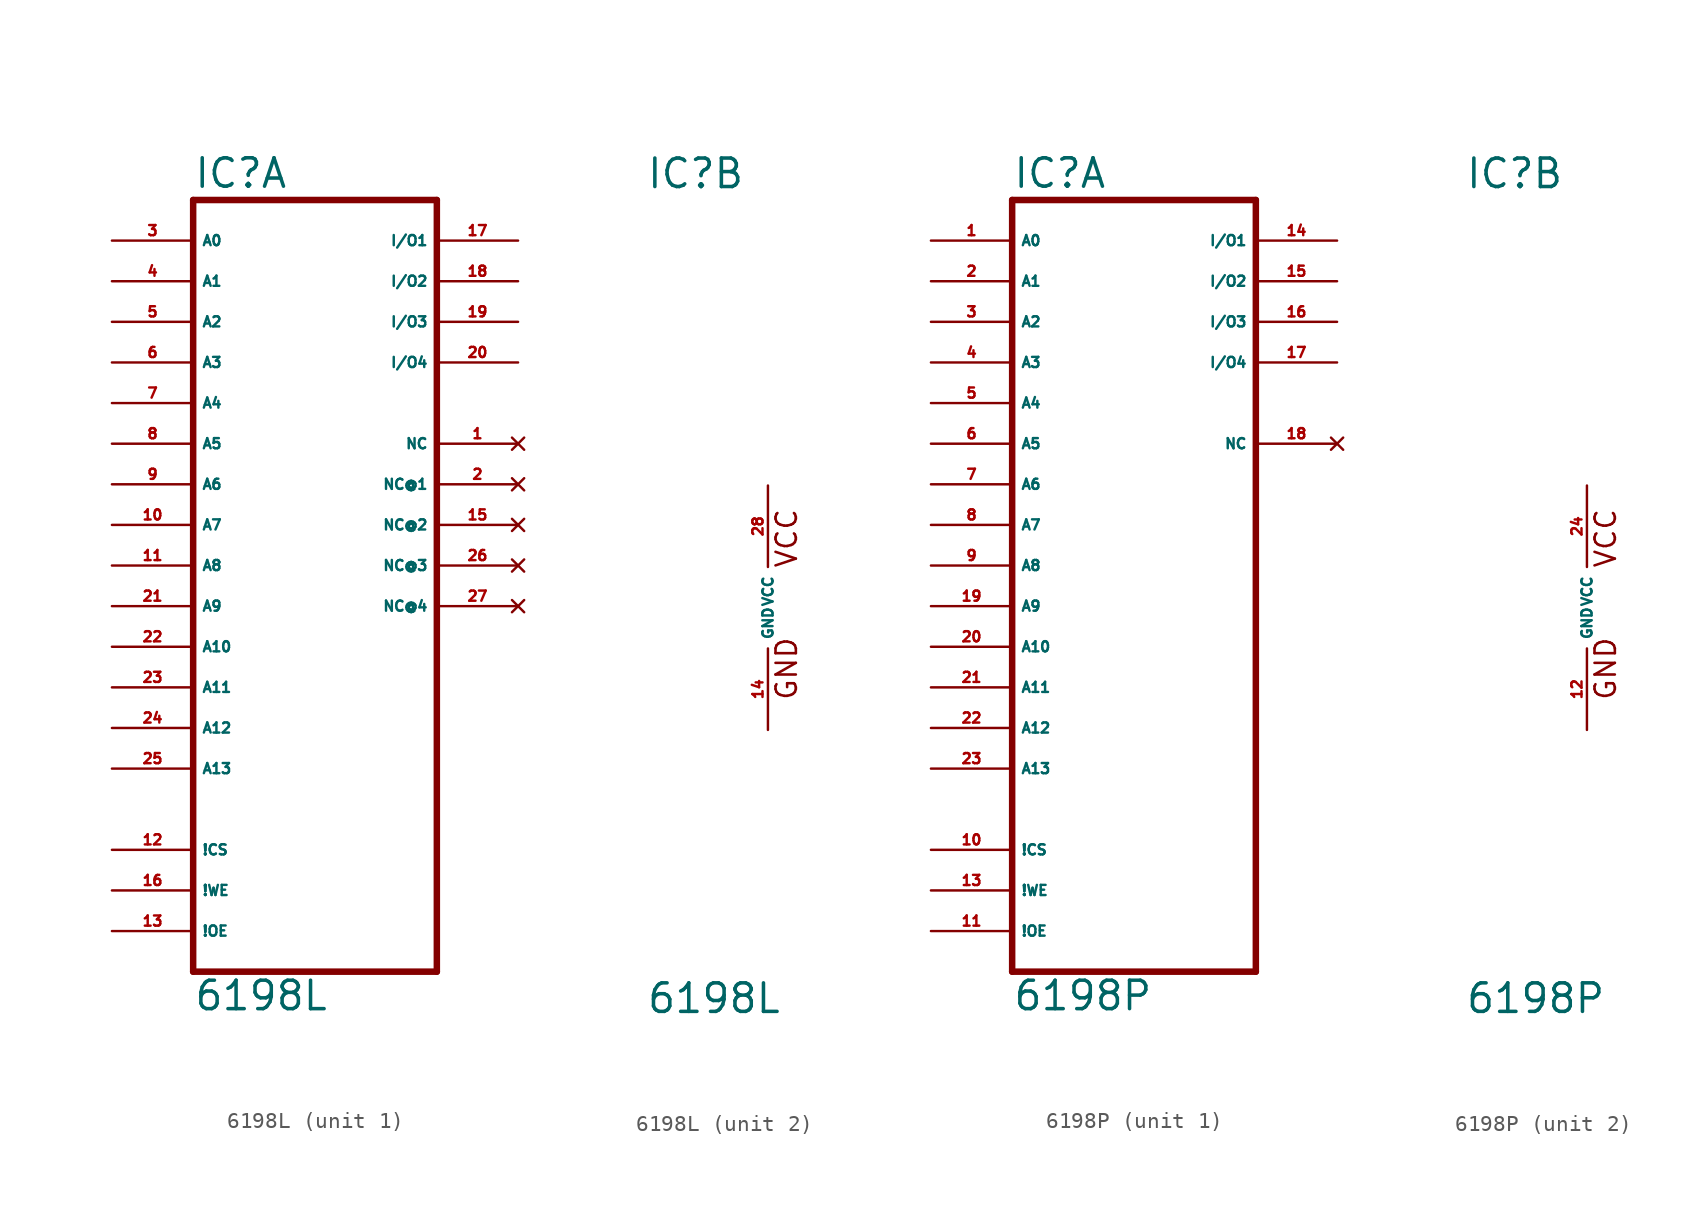
<source format=kicad_sym>
(kicad_symbol_lib
  (version 20220914)
  (generator Eagle2Kicad)
  (symbol "6198L"
    (property "Reference" "IC"
      (at -7.62 26.035 0)
      (effects (font (size 1.778 1.778) (thickness 0.22)) (justify left bottom)))
    (property "Value" "6198L"
      (at -7.62 -25.4 0)
      (effects (font (size 1.778 1.778) (thickness 0.22)) (justify left bottom)))
    (symbol "6198L_1_0"
      (polyline (pts (xy -7.62 -22.86) (xy 7.62 -22.86)) (stroke (width 0.406) (type default)) (fill (type none)))
      (polyline (pts (xy 7.62 -22.86) (xy 7.62 25.4)) (stroke (width 0.406) (type default)) (fill (type none)))
      (polyline (pts (xy 7.62 25.4) (xy -7.62 25.4)) (stroke (width 0.406) (type default)) (fill (type none)))
      (polyline (pts (xy -7.62 25.4) (xy -7.62 -22.86)) (stroke (width 0.406) (type default)) (fill (type none)))
      (pin input line (at -12.7 22.86 0) (length 5.08) (name "A0" (effects (font (size 0.635 0.635) (thickness 0.08)) (justify left bottom))) (number "3" (effects (font (size 0.635 0.635) (thickness 0.08)) (justify left bottom))))
      (pin input line (at -12.7 20.32 0) (length 5.08) (name "A1" (effects (font (size 0.635 0.635) (thickness 0.08)) (justify left bottom))) (number "4" (effects (font (size 0.635 0.635) (thickness 0.08)) (justify left bottom))))
      (pin input line (at -12.7 17.78 0) (length 5.08) (name "A2" (effects (font (size 0.635 0.635) (thickness 0.08)) (justify left bottom))) (number "5" (effects (font (size 0.635 0.635) (thickness 0.08)) (justify left bottom))))
      (pin input line (at -12.7 15.24 0) (length 5.08) (name "A3" (effects (font (size 0.635 0.635) (thickness 0.08)) (justify left bottom))) (number "6" (effects (font (size 0.635 0.635) (thickness 0.08)) (justify left bottom))))
      (pin input line (at -12.7 12.7 0) (length 5.08) (name "A4" (effects (font (size 0.635 0.635) (thickness 0.08)) (justify left bottom))) (number "7" (effects (font (size 0.635 0.635) (thickness 0.08)) (justify left bottom))))
      (pin input line (at -12.7 10.16 0) (length 5.08) (name "A5" (effects (font (size 0.635 0.635) (thickness 0.08)) (justify left bottom))) (number "8" (effects (font (size 0.635 0.635) (thickness 0.08)) (justify left bottom))))
      (pin input line (at -12.7 7.62 0) (length 5.08) (name "A6" (effects (font (size 0.635 0.635) (thickness 0.08)) (justify left bottom))) (number "9" (effects (font (size 0.635 0.635) (thickness 0.08)) (justify left bottom))))
      (pin input line (at -12.7 5.08 0) (length 5.08) (name "A7" (effects (font (size 0.635 0.635) (thickness 0.08)) (justify left bottom))) (number "10" (effects (font (size 0.635 0.635) (thickness 0.08)) (justify left bottom))))
      (pin input line (at -12.7 2.54 0) (length 5.08) (name "A8" (effects (font (size 0.635 0.635) (thickness 0.08)) (justify left bottom))) (number "11" (effects (font (size 0.635 0.635) (thickness 0.08)) (justify left bottom))))
      (pin input line (at -12.7 0 0) (length 5.08) (name "A9" (effects (font (size 0.635 0.635) (thickness 0.08)) (justify left bottom))) (number "21" (effects (font (size 0.635 0.635) (thickness 0.08)) (justify left bottom))))
      (pin input line (at -12.7 -2.54 0) (length 5.08) (name "A10" (effects (font (size 0.635 0.635) (thickness 0.08)) (justify left bottom))) (number "22" (effects (font (size 0.635 0.635) (thickness 0.08)) (justify left bottom))))
      (pin input line (at -12.7 -5.08 0) (length 5.08) (name "A11" (effects (font (size 0.635 0.635) (thickness 0.08)) (justify left bottom))) (number "23" (effects (font (size 0.635 0.635) (thickness 0.08)) (justify left bottom))))
      (pin input line (at -12.7 -7.62 0) (length 5.08) (name "A12" (effects (font (size 0.635 0.635) (thickness 0.08)) (justify left bottom))) (number "24" (effects (font (size 0.635 0.635) (thickness 0.08)) (justify left bottom))))
      (pin input line (at -12.7 -10.16 0) (length 5.08) (name "A13" (effects (font (size 0.635 0.635) (thickness 0.08)) (justify left bottom))) (number "25" (effects (font (size 0.635 0.635) (thickness 0.08)) (justify left bottom))))
      (pin input line (at -12.7 -15.24 0) (length 5.08) (name "!CS" (effects (font (size 0.635 0.635) (thickness 0.08)) (justify left bottom))) (number "12" (effects (font (size 0.635 0.635) (thickness 0.08)) (justify left bottom))))
      (pin input line (at -12.7 -17.78 0) (length 5.08) (name "!WE" (effects (font (size 0.635 0.635) (thickness 0.08)) (justify left bottom))) (number "16" (effects (font (size 0.635 0.635) (thickness 0.08)) (justify left bottom))))
      (pin bidirectional line (at 12.7 22.86 180) (length 5.08) (name "I/O1" (effects (font (size 0.635 0.635) (thickness 0.08)) (justify left bottom))) (number "17" (effects (font (size 0.635 0.635) (thickness 0.08)) (justify left bottom))))
      (pin bidirectional line (at 12.7 20.32 180) (length 5.08) (name "I/O2" (effects (font (size 0.635 0.635) (thickness 0.08)) (justify left bottom))) (number "18" (effects (font (size 0.635 0.635) (thickness 0.08)) (justify left bottom))))
      (pin bidirectional line (at 12.7 17.78 180) (length 5.08) (name "I/O3" (effects (font (size 0.635 0.635) (thickness 0.08)) (justify left bottom))) (number "19" (effects (font (size 0.635 0.635) (thickness 0.08)) (justify left bottom))))
      (pin bidirectional line (at 12.7 15.24 180) (length 5.08) (name "I/O4" (effects (font (size 0.635 0.635) (thickness 0.08)) (justify left bottom))) (number "20" (effects (font (size 0.635 0.635) (thickness 0.08)) (justify left bottom))))
      (pin no_connect line (at 12.7 10.16 180) (length 5.08) (name "NC" (effects (font (size 0.635 0.635) (thickness 0.08)) (justify left bottom) hide)) (number "1" (effects (font (size 0.635 0.635) (thickness 0.08)) (justify left bottom) hide)))
      (pin input line (at -12.7 -20.32 0) (length 5.08) (name "!OE" (effects (font (size 0.635 0.635) (thickness 0.08)) (justify left bottom))) (number "13" (effects (font (size 0.635 0.635) (thickness 0.08)) (justify left bottom))))
      (pin no_connect line (at 12.7 7.62 180) (length 5.08) (name "NC@1" (effects (font (size 0.635 0.635) (thickness 0.08)) (justify left bottom) hide)) (number "2" (effects (font (size 0.635 0.635) (thickness 0.08)) (justify left bottom) hide)))
      (pin no_connect line (at 12.7 5.08 180) (length 5.08) (name "NC@2" (effects (font (size 0.635 0.635) (thickness 0.08)) (justify left bottom) hide)) (number "15" (effects (font (size 0.635 0.635) (thickness 0.08)) (justify left bottom) hide)))
      (pin no_connect line (at 12.7 2.54 180) (length 5.08) (name "NC@3" (effects (font (size 0.635 0.635) (thickness 0.08)) (justify left bottom) hide)) (number "26" (effects (font (size 0.635 0.635) (thickness 0.08)) (justify left bottom) hide)))
      (pin no_connect line (at 12.7 0 180) (length 5.08) (name "NC@4" (effects (font (size 0.635 0.635) (thickness 0.08)) (justify left bottom) hide)) (number "27" (effects (font (size 0.635 0.635) (thickness 0.08)) (justify left bottom) hide))))
    (symbol "6198L_2_0"
      (text "GND" (at 1.905 -5.842 900) (effects (font (size 1.27 1.27) (thickness 0.16)) (justify left bottom)))
      (text "VCC" (at 1.905 2.413 900) (effects (font (size 1.27 1.27) (thickness 0.16)) (justify left bottom)))
      (pin unspecified line (at 0 7.62 270) (length 5.08) (name "VCC" (effects (font (size 0.635 0.635) (thickness 0.08)) (justify left bottom))) (number "28" (effects (font (size 0.635 0.635) (thickness 0.08)) (justify left bottom))))
      (pin unspecified line (at 0 -7.62 90) (length 5.08) (name "GND" (effects (font (size 0.635 0.635) (thickness 0.08)) (justify left bottom))) (number "14" (effects (font (size 0.635 0.635) (thickness 0.08)) (justify left bottom))))))
  (symbol "6198P"
    (property "Reference" "IC"
      (at -7.62 26.035 0)
      (effects (font (size 1.778 1.778) (thickness 0.22)) (justify left bottom)))
    (property "Value" "6198P"
      (at -7.62 -25.4 0)
      (effects (font (size 1.778 1.778) (thickness 0.22)) (justify left bottom)))
    (symbol "6198P_1_0"
      (polyline (pts (xy -7.62 -22.86) (xy 7.62 -22.86)) (stroke (width 0.406) (type default)) (fill (type none)))
      (polyline (pts (xy 7.62 -22.86) (xy 7.62 25.4)) (stroke (width 0.406) (type default)) (fill (type none)))
      (polyline (pts (xy 7.62 25.4) (xy -7.62 25.4)) (stroke (width 0.406) (type default)) (fill (type none)))
      (polyline (pts (xy -7.62 25.4) (xy -7.62 -22.86)) (stroke (width 0.406) (type default)) (fill (type none)))
      (pin input line (at -12.7 22.86 0) (length 5.08) (name "A0" (effects (font (size 0.635 0.635) (thickness 0.08)) (justify left bottom))) (number "1" (effects (font (size 0.635 0.635) (thickness 0.08)) (justify left bottom))))
      (pin input line (at -12.7 20.32 0) (length 5.08) (name "A1" (effects (font (size 0.635 0.635) (thickness 0.08)) (justify left bottom))) (number "2" (effects (font (size 0.635 0.635) (thickness 0.08)) (justify left bottom))))
      (pin input line (at -12.7 17.78 0) (length 5.08) (name "A2" (effects (font (size 0.635 0.635) (thickness 0.08)) (justify left bottom))) (number "3" (effects (font (size 0.635 0.635) (thickness 0.08)) (justify left bottom))))
      (pin input line (at -12.7 15.24 0) (length 5.08) (name "A3" (effects (font (size 0.635 0.635) (thickness 0.08)) (justify left bottom))) (number "4" (effects (font (size 0.635 0.635) (thickness 0.08)) (justify left bottom))))
      (pin input line (at -12.7 12.7 0) (length 5.08) (name "A4" (effects (font (size 0.635 0.635) (thickness 0.08)) (justify left bottom))) (number "5" (effects (font (size 0.635 0.635) (thickness 0.08)) (justify left bottom))))
      (pin input line (at -12.7 10.16 0) (length 5.08) (name "A5" (effects (font (size 0.635 0.635) (thickness 0.08)) (justify left bottom))) (number "6" (effects (font (size 0.635 0.635) (thickness 0.08)) (justify left bottom))))
      (pin input line (at -12.7 7.62 0) (length 5.08) (name "A6" (effects (font (size 0.635 0.635) (thickness 0.08)) (justify left bottom))) (number "7" (effects (font (size 0.635 0.635) (thickness 0.08)) (justify left bottom))))
      (pin input line (at -12.7 5.08 0) (length 5.08) (name "A7" (effects (font (size 0.635 0.635) (thickness 0.08)) (justify left bottom))) (number "8" (effects (font (size 0.635 0.635) (thickness 0.08)) (justify left bottom))))
      (pin input line (at -12.7 2.54 0) (length 5.08) (name "A8" (effects (font (size 0.635 0.635) (thickness 0.08)) (justify left bottom))) (number "9" (effects (font (size 0.635 0.635) (thickness 0.08)) (justify left bottom))))
      (pin input line (at -12.7 0 0) (length 5.08) (name "A9" (effects (font (size 0.635 0.635) (thickness 0.08)) (justify left bottom))) (number "19" (effects (font (size 0.635 0.635) (thickness 0.08)) (justify left bottom))))
      (pin input line (at -12.7 -2.54 0) (length 5.08) (name "A10" (effects (font (size 0.635 0.635) (thickness 0.08)) (justify left bottom))) (number "20" (effects (font (size 0.635 0.635) (thickness 0.08)) (justify left bottom))))
      (pin input line (at -12.7 -5.08 0) (length 5.08) (name "A11" (effects (font (size 0.635 0.635) (thickness 0.08)) (justify left bottom))) (number "21" (effects (font (size 0.635 0.635) (thickness 0.08)) (justify left bottom))))
      (pin input line (at -12.7 -7.62 0) (length 5.08) (name "A12" (effects (font (size 0.635 0.635) (thickness 0.08)) (justify left bottom))) (number "22" (effects (font (size 0.635 0.635) (thickness 0.08)) (justify left bottom))))
      (pin input line (at -12.7 -10.16 0) (length 5.08) (name "A13" (effects (font (size 0.635 0.635) (thickness 0.08)) (justify left bottom))) (number "23" (effects (font (size 0.635 0.635) (thickness 0.08)) (justify left bottom))))
      (pin input line (at -12.7 -15.24 0) (length 5.08) (name "!CS" (effects (font (size 0.635 0.635) (thickness 0.08)) (justify left bottom))) (number "10" (effects (font (size 0.635 0.635) (thickness 0.08)) (justify left bottom))))
      (pin input line (at -12.7 -17.78 0) (length 5.08) (name "!WE" (effects (font (size 0.635 0.635) (thickness 0.08)) (justify left bottom))) (number "13" (effects (font (size 0.635 0.635) (thickness 0.08)) (justify left bottom))))
      (pin bidirectional line (at 12.7 22.86 180) (length 5.08) (name "I/O1" (effects (font (size 0.635 0.635) (thickness 0.08)) (justify left bottom))) (number "14" (effects (font (size 0.635 0.635) (thickness 0.08)) (justify left bottom))))
      (pin bidirectional line (at 12.7 20.32 180) (length 5.08) (name "I/O2" (effects (font (size 0.635 0.635) (thickness 0.08)) (justify left bottom))) (number "15" (effects (font (size 0.635 0.635) (thickness 0.08)) (justify left bottom))))
      (pin bidirectional line (at 12.7 17.78 180) (length 5.08) (name "I/O3" (effects (font (size 0.635 0.635) (thickness 0.08)) (justify left bottom))) (number "16" (effects (font (size 0.635 0.635) (thickness 0.08)) (justify left bottom))))
      (pin bidirectional line (at 12.7 15.24 180) (length 5.08) (name "I/O4" (effects (font (size 0.635 0.635) (thickness 0.08)) (justify left bottom))) (number "17" (effects (font (size 0.635 0.635) (thickness 0.08)) (justify left bottom))))
      (pin no_connect line (at 12.7 10.16 180) (length 5.08) (name "NC" (effects (font (size 0.635 0.635) (thickness 0.08)) (justify left bottom) hide)) (number "18" (effects (font (size 0.635 0.635) (thickness 0.08)) (justify left bottom) hide)))
      (pin input line (at -12.7 -20.32 0) (length 5.08) (name "!OE" (effects (font (size 0.635 0.635) (thickness 0.08)) (justify left bottom))) (number "11" (effects (font (size 0.635 0.635) (thickness 0.08)) (justify left bottom)))))
    (symbol "6198P_2_0"
      (text "GND" (at 1.905 -5.842 900) (effects (font (size 1.27 1.27) (thickness 0.16)) (justify left bottom)))
      (text "VCC" (at 1.905 2.413 900) (effects (font (size 1.27 1.27) (thickness 0.16)) (justify left bottom)))
      (pin unspecified line (at 0 7.62 270) (length 5.08) (name "VCC" (effects (font (size 0.635 0.635) (thickness 0.08)) (justify left bottom))) (number "24" (effects (font (size 0.635 0.635) (thickness 0.08)) (justify left bottom))))
      (pin unspecified line (at 0 -7.62 90) (length 5.08) (name "GND" (effects (font (size 0.635 0.635) (thickness 0.08)) (justify left bottom))) (number "12" (effects (font (size 0.635 0.635) (thickness 0.08)) (justify left bottom)))))))
</source>
